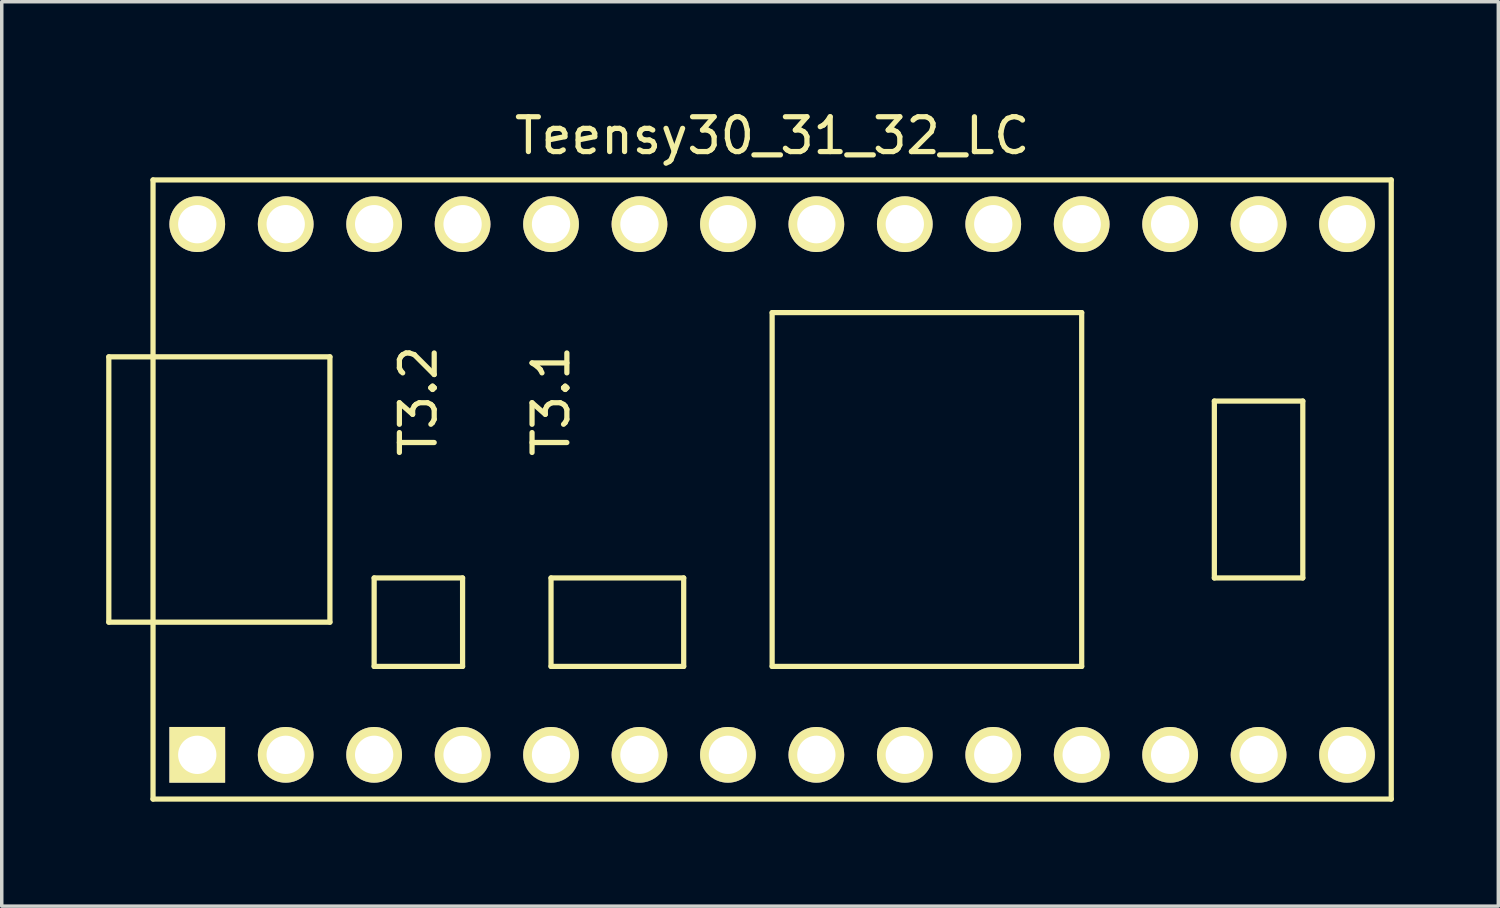
<source format=kicad_pcb>
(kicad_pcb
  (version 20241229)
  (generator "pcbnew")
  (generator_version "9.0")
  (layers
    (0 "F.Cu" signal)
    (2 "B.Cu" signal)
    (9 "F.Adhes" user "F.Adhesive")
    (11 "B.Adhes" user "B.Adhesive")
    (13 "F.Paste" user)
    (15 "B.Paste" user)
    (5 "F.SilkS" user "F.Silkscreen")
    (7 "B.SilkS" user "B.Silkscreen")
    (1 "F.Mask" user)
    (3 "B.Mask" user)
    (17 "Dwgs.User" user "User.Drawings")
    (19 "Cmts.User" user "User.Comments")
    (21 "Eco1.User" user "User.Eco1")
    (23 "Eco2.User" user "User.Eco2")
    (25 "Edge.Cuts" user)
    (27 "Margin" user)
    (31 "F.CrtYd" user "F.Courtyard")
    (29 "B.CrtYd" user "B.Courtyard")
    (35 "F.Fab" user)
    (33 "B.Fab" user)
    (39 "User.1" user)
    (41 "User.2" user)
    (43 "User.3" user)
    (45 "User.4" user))
  (footprint "Teensy30_31_32_LC"
    (layer "F.Cu")
    (at 19.125 11.008)
    (property "Reference" "Teensy30_31_32_LC" (at 0 -10.16 0) (layer "F.SilkS") (effects (font (size 1 1) (thickness 0.15))))
    (attr through_hole)
    (fp_line (start -19.05 -3.81) (end -17.78 -3.81) (stroke (width 0.15) (type solid)) (layer "F.SilkS"))
    (fp_line (start -19.05 3.81) (end -19.05 -3.81) (stroke (width 0.15) (type solid)) (layer "F.SilkS"))
    (fp_line (start -17.78 -8.89) (end 17.78 -8.89) (stroke (width 0.15) (type solid)) (layer "F.SilkS"))
    (fp_line (start -17.78 3.81) (end -19.05 3.81) (stroke (width 0.15) (type solid)) (layer "F.SilkS"))
    (fp_line (start -17.78 8.89) (end -17.78 -8.89) (stroke (width 0.15) (type solid)) (layer "F.SilkS"))
    (fp_line (start -12.7 -3.81) (end -17.78 -3.81) (stroke (width 0.15) (type solid)) (layer "F.SilkS"))
    (fp_line (start -12.7 3.81) (end -17.78 3.81) (stroke (width 0.15) (type solid)) (layer "F.SilkS"))
    (fp_line (start -12.7 3.81) (end -12.7 -3.81) (stroke (width 0.15) (type solid)) (layer "F.SilkS"))
    (fp_line (start -11.43 2.54) (end -11.43 5.08) (stroke (width 0.15) (type solid)) (layer "F.SilkS"))
    (fp_line (start -11.43 5.08) (end -8.89 5.08) (stroke (width 0.15) (type solid)) (layer "F.SilkS"))
    (fp_line (start -8.89 2.54) (end -11.43 2.54) (stroke (width 0.15) (type solid)) (layer "F.SilkS"))
    (fp_line (start -8.89 5.08) (end -8.89 2.54) (stroke (width 0.15) (type solid)) (layer "F.SilkS"))
    (fp_line (start -6.35 2.54) (end -6.35 5.08) (stroke (width 0.15) (type solid)) (layer "F.SilkS"))
    (fp_line (start -6.35 5.08) (end -2.54 5.08) (stroke (width 0.15) (type solid)) (layer "F.SilkS"))
    (fp_line (start -2.54 2.54) (end -6.35 2.54) (stroke (width 0.15) (type solid)) (layer "F.SilkS"))
    (fp_line (start -2.54 5.08) (end -2.54 2.54) (stroke (width 0.15) (type solid)) (layer "F.SilkS"))
    (fp_line (start 0 -5.08) (end 0 5.08) (stroke (width 0.15) (type solid)) (layer "F.SilkS"))
    (fp_line (start 8.89 -5.08) (end 0 -5.08) (stroke (width 0.15) (type solid)) (layer "F.SilkS"))
    (fp_line (start 8.89 5.08) (end 0 5.08) (stroke (width 0.15) (type solid)) (layer "F.SilkS"))
    (fp_line (start 8.89 5.08) (end 8.89 -5.08) (stroke (width 0.15) (type solid)) (layer "F.SilkS"))
    (fp_line (start 12.7 -2.54) (end 15.24 -2.54) (stroke (width 0.15) (type solid)) (layer "F.SilkS"))
    (fp_line (start 12.7 2.54) (end 12.7 -2.54) (stroke (width 0.15) (type solid)) (layer "F.SilkS"))
    (fp_line (start 15.24 -2.54) (end 15.24 2.54) (stroke (width 0.15) (type solid)) (layer "F.SilkS"))
    (fp_line (start 15.24 2.54) (end 12.7 2.54) (stroke (width 0.15) (type solid)) (layer "F.SilkS"))
    (fp_line (start 17.78 -8.89) (end 17.78 8.89) (stroke (width 0.15) (type solid)) (layer "F.SilkS"))
    (fp_line (start 17.78 8.89) (end -17.78 8.89) (stroke (width 0.15) (type solid)) (layer "F.SilkS"))
    (fp_text user "T3.1" (at -6.35 -2.54 90) (layer "F.SilkS") (effects (font (size 1 1) (thickness 0.15))))
    (fp_text user "T3.2" (at -10.16 -2.54 90) (layer "F.SilkS") (effects (font (size 1 1) (thickness 0.15))))
    (pad "1" thru_hole rect (at -16.51 7.62) (size 1.6 1.6) (drill 1.1) (layers "*.Cu" "*.Mask" "F.SilkS"))
    (pad "2" thru_hole circle (at -13.97 7.62) (size 1.6 1.6) (drill 1.1) (layers "*.Cu" "*.Mask" "F.SilkS"))
    (pad "3" thru_hole circle (at -11.43 7.62) (size 1.6 1.6) (drill 1.1) (layers "*.Cu" "*.Mask" "F.SilkS"))
    (pad "4" thru_hole circle (at -8.89 7.62) (size 1.6 1.6) (drill 1.1) (layers "*.Cu" "*.Mask" "F.SilkS"))
    (pad "5" thru_hole circle (at -6.35 7.62) (size 1.6 1.6) (drill 1.1) (layers "*.Cu" "*.Mask" "F.SilkS"))
    (pad "6" thru_hole circle (at -3.81 7.62) (size 1.6 1.6) (drill 1.1) (layers "*.Cu" "*.Mask" "F.SilkS"))
    (pad "7" thru_hole circle (at -1.27 7.62) (size 1.6 1.6) (drill 1.1) (layers "*.Cu" "*.Mask" "F.SilkS"))
    (pad "8" thru_hole circle (at 1.27 7.62) (size 1.6 1.6) (drill 1.1) (layers "*.Cu" "*.Mask" "F.SilkS"))
    (pad "9" thru_hole circle (at 3.81 7.62) (size 1.6 1.6) (drill 1.1) (layers "*.Cu" "*.Mask" "F.SilkS"))
    (pad "10" thru_hole circle (at 6.35 7.62) (size 1.6 1.6) (drill 1.1) (layers "*.Cu" "*.Mask" "F.SilkS"))
    (pad "11" thru_hole circle (at 8.89 7.62) (size 1.6 1.6) (drill 1.1) (layers "*.Cu" "*.Mask" "F.SilkS"))
    (pad "12" thru_hole circle (at 11.43 7.62) (size 1.6 1.6) (drill 1.1) (layers "*.Cu" "*.Mask" "F.SilkS"))
    (pad "13" thru_hole circle (at 13.97 7.62) (size 1.6 1.6) (drill 1.1) (layers "*.Cu" "*.Mask" "F.SilkS"))
    (pad "14" thru_hole circle (at 16.51 7.62) (size 1.6 1.6) (drill 1.1) (layers "*.Cu" "*.Mask" "F.SilkS"))
    (pad "20" thru_hole circle (at 16.51 -7.62) (size 1.6 1.6) (drill 1.1) (layers "*.Cu" "*.Mask" "F.SilkS"))
    (pad "21" thru_hole circle (at 13.97 -7.62) (size 1.6 1.6) (drill 1.1) (layers "*.Cu" "*.Mask" "F.SilkS"))
    (pad "22" thru_hole circle (at 11.43 -7.62) (size 1.6 1.6) (drill 1.1) (layers "*.Cu" "*.Mask" "F.SilkS"))
    (pad "23" thru_hole circle (at 8.89 -7.62) (size 1.6 1.6) (drill 1.1) (layers "*.Cu" "*.Mask" "F.SilkS"))
    (pad "24" thru_hole circle (at 6.35 -7.62) (size 1.6 1.6) (drill 1.1) (layers "*.Cu" "*.Mask" "F.SilkS"))
    (pad "25" thru_hole circle (at 3.81 -7.62) (size 1.6 1.6) (drill 1.1) (layers "*.Cu" "*.Mask" "F.SilkS"))
    (pad "26" thru_hole circle (at 1.27 -7.62) (size 1.6 1.6) (drill 1.1) (layers "*.Cu" "*.Mask" "F.SilkS"))
    (pad "27" thru_hole circle (at -1.27 -7.62) (size 1.6 1.6) (drill 1.1) (layers "*.Cu" "*.Mask" "F.SilkS"))
    (pad "28" thru_hole circle (at -3.81 -7.62) (size 1.6 1.6) (drill 1.1) (layers "*.Cu" "*.Mask" "F.SilkS"))
    (pad "29" thru_hole circle (at -6.35 -7.62) (size 1.6 1.6) (drill 1.1) (layers "*.Cu" "*.Mask" "F.SilkS"))
    (pad "30" thru_hole circle (at -8.89 -7.62) (size 1.6 1.6) (drill 1.1) (layers "*.Cu" "*.Mask" "F.SilkS"))
    (pad "31" thru_hole circle (at -11.43 -7.62) (size 1.6 1.6) (drill 1.1) (layers "*.Cu" "*.Mask" "F.SilkS"))
    (pad "32" thru_hole circle (at -13.97 -7.62) (size 1.6 1.6) (drill 1.1) (layers "*.Cu" "*.Mask" "F.SilkS"))
    (pad "33" thru_hole circle (at -16.51 -7.62) (size 1.6 1.6) (drill 1.1) (layers "*.Cu" "*.Mask" "F.SilkS")))
  (gr_rect
    (start -3 -3)
    (end 39.98 22.973)
    (stroke (width 0.1) (type default))
    (fill no)
    (layer "Edge.Cuts")))
</source>
